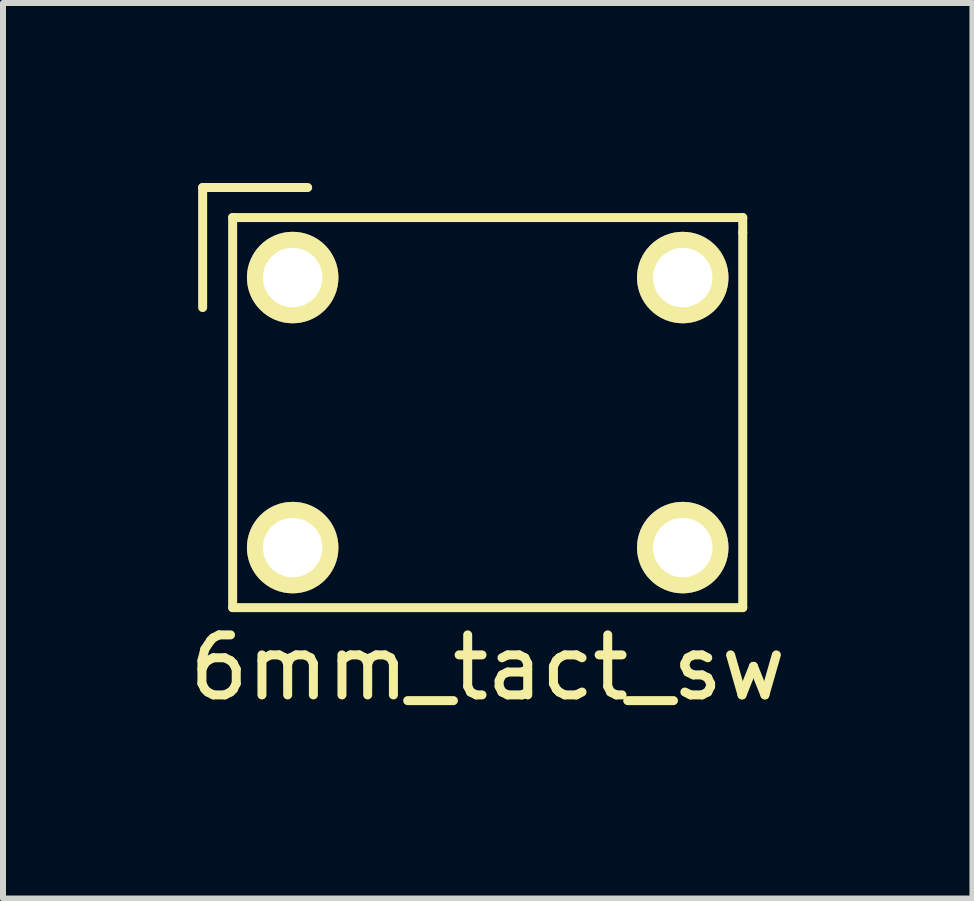
<source format=kicad_pcb>
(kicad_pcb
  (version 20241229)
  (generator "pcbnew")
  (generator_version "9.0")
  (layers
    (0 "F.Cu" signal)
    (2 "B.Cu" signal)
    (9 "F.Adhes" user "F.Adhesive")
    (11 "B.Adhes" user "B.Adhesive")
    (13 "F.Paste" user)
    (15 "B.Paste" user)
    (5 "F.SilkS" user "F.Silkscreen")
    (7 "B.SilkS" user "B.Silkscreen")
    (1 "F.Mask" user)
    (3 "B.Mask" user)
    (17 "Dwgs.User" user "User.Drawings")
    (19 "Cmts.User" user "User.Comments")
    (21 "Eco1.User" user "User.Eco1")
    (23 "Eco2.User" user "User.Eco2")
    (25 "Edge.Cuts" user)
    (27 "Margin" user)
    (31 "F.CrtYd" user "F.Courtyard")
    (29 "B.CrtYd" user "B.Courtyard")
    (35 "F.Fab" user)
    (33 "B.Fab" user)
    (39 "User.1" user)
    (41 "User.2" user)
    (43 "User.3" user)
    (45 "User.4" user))
  (footprint "6mm_tact_sw"
    (layer "F.Cu")
    (at 5.077 3.825)
    (property "Reference" "6mm_tact_sw" (at 0 4.25 0) (layer "F.SilkS") (effects (font (size 1 1) (thickness 0.15))))
    (attr through_hole)
    (fp_line (start -4.75 -3.75) (end -3 -3.75) (stroke (width 0.15) (type solid)) (layer "F.SilkS"))
    (fp_line (start -4.75 -1.75) (end -4.75 -3.75) (stroke (width 0.15) (type solid)) (layer "F.SilkS"))
    (fp_line (start -4.25 -3.25) (end -4.25 3.25) (stroke (width 0.15) (type solid)) (layer "F.SilkS"))
    (fp_line (start -4.25 3.25) (end 4.25 3.25) (stroke (width 0.15) (type solid)) (layer "F.SilkS"))
    (fp_line (start 4.25 -3.25) (end -4.25 -3.25) (stroke (width 0.15) (type solid)) (layer "F.SilkS"))
    (fp_line (start 4.25 -3) (end 4.25 -3.25) (stroke (width 0.15) (type solid)) (layer "F.SilkS"))
    (fp_line (start 4.25 3.25) (end 4.25 -3) (stroke (width 0.15) (type solid)) (layer "F.SilkS"))
    (pad "1" thru_hole circle (at -3.25 -2.25) (size 1.524 1.524) (drill 0.99) (layers "*.Cu" "*.Mask" "F.SilkS"))
    (pad "2" thru_hole circle (at 3.25 -2.25) (size 1.524 1.524) (drill 0.99) (layers "*.Cu" "*.Mask" "F.SilkS"))
    (pad "3" thru_hole circle (at -3.25 2.25) (size 1.524 1.524) (drill 0.99) (layers "*.Cu" "*.Mask" "F.SilkS"))
    (pad "4" thru_hole circle (at 3.25 2.25) (size 1.524 1.524) (drill 0.99) (layers "*.Cu" "*.Mask" "F.SilkS")))
  (gr_rect
    (start -3 -3)
    (end 13.155 11.923)
    (stroke (width 0.1) (type default))
    (fill no)
    (layer "Edge.Cuts")))
</source>
